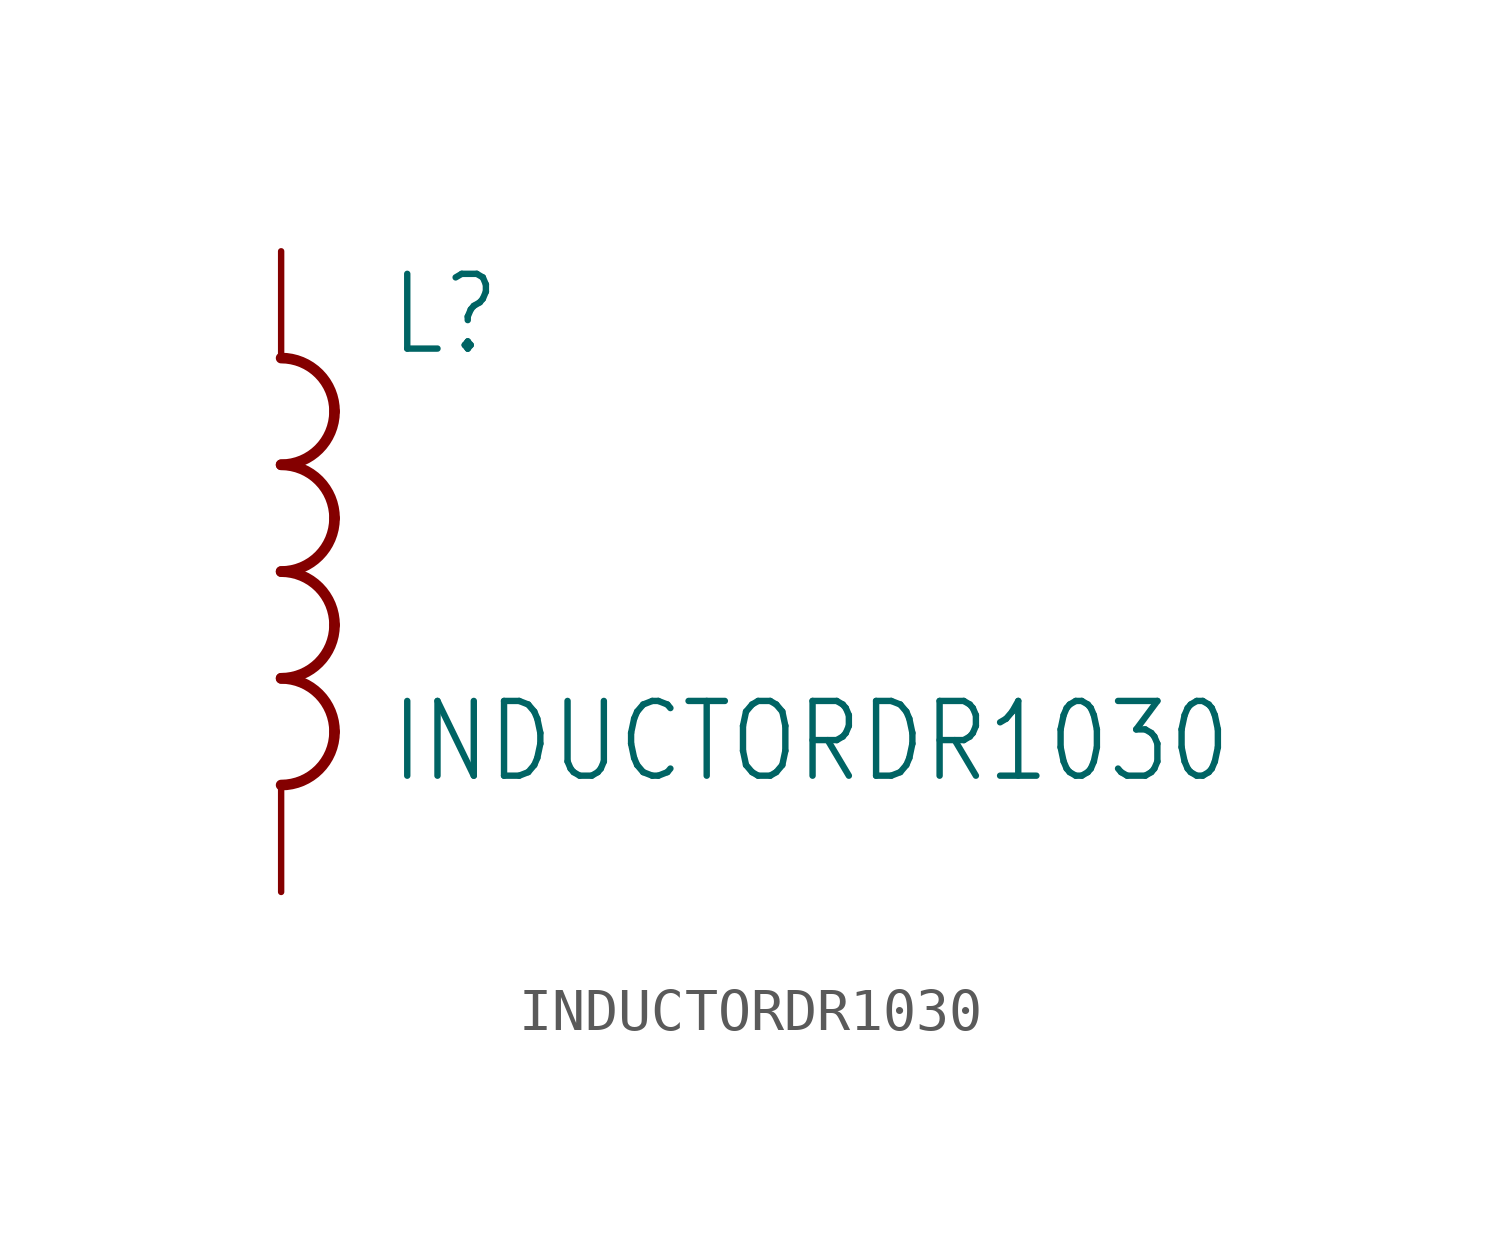
<source format=kicad_sym>
(kicad_symbol_lib
  (version 20211014)
  (generator kicad_symbol_editor)
  (symbol "INDUCTORDR1030"
    (property "Reference" "L"
      (at 2.54 5.08 0)
      (effects (font (size 1.778 1.511)) (justify left bottom)))
    (property "Value" "INDUCTORDR1030"
      (at 2.54 -5.08 0)
      (effects (font (size 1.778 1.511)) (justify left bottom)))
    (property "ki_locked" ""
      (at 0 0 0)
      (effects (font (size 1.27 1.27))))
    (symbol "INDUCTORDR1030_1_0"
      (arc (start 0 -5.08) (mid 0.898 -4.708) (end 1.27 -3.81) (stroke (width 0.254) (type default) (color 0 0 0 0)) (fill (type none)))
      (arc (start 0 -2.54) (mid 0.898 -2.168) (end 1.27 -1.27) (stroke (width 0.254) (type default) (color 0 0 0 0)) (fill (type none)))
      (arc (start 0 0) (mid 0.898 0.372) (end 1.27 1.27) (stroke (width 0.254) (type default) (color 0 0 0 0)) (fill (type none)))
      (arc (start 0 2.54) (mid 0.898 2.912) (end 1.27 3.81) (stroke (width 0.254) (type default) (color 0 0 0 0)) (fill (type none)))
      (arc (start 1.27 -3.81) (mid 0.898 -2.912) (end 0 -2.54) (stroke (width 0.254) (type default) (color 0 0 0 0)) (fill (type none)))
      (arc (start 1.27 -1.27) (mid 0.898 -0.372) (end 0 0) (stroke (width 0.254) (type default) (color 0 0 0 0)) (fill (type none)))
      (arc (start 1.27 1.27) (mid 0.898 2.168) (end 0 2.54) (stroke (width 0.254) (type default) (color 0 0 0 0)) (fill (type none)))
      (arc (start 1.27 3.81) (mid 0.898 4.708) (end 0 5.08) (stroke (width 0.254) (type default) (color 0 0 0 0)) (fill (type none)))
      (pin passive line (at 0 7.62 270) (length 2.54) (name "1" (effects (font (size 0 0)))) (number "1" (effects (font (size 0 0)))))
      (pin passive line (at 0 -7.62 90) (length 2.54) (name "2" (effects (font (size 0 0)))) (number "2" (effects (font (size 0 0))))))))
</source>
